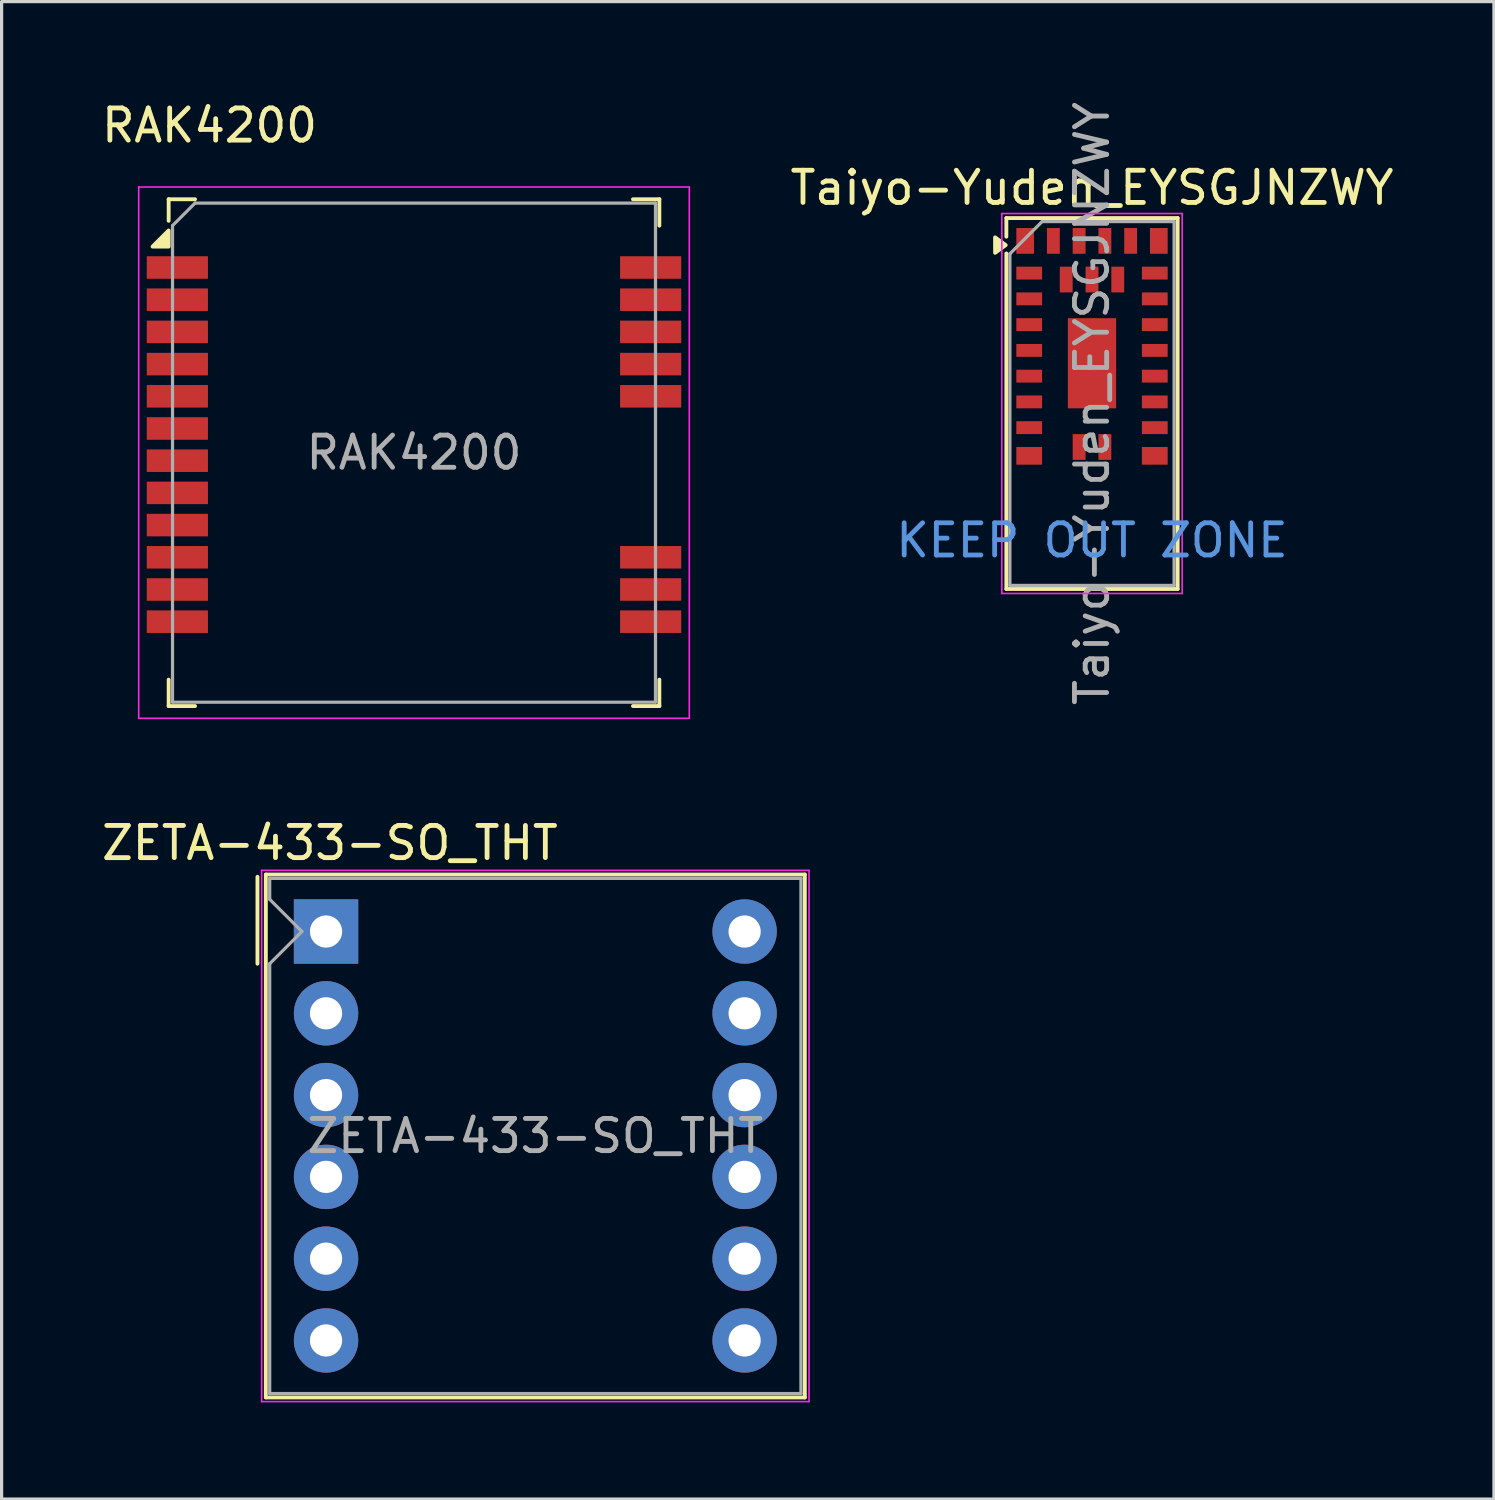
<source format=kicad_pcb>
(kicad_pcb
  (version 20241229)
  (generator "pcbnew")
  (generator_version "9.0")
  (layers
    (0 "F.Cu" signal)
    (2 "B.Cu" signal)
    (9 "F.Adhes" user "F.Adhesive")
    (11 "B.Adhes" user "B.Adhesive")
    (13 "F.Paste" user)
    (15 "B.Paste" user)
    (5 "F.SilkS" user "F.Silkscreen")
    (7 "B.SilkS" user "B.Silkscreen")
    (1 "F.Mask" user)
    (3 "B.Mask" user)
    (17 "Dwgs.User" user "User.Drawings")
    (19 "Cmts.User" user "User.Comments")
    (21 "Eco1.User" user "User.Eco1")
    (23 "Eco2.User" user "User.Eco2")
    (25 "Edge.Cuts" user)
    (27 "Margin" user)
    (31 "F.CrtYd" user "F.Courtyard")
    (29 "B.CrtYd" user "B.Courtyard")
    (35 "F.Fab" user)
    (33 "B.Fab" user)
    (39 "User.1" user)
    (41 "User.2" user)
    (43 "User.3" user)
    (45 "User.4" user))
  (footprint "Taiyo-Yuden_EYSGJNZWY"
    (layer "F.Cu")
    (at 30.865 9.482)
    (property "Reference" "Taiyo-Yuden_EYSGJNZWY" (at 0 -6.7 0) (layer "F.SilkS") (effects (font (size 1 1) (thickness 0.15))))
    (attr smd)
    (fp_line (start -2.66 -5.76) (end -2.66 -5.18) (stroke (width 0.12) (type solid)) (layer "F.SilkS"))
    (fp_line (start -2.66 -5.76) (end 2.66 -5.76) (stroke (width 0.12) (type solid)) (layer "F.SilkS"))
    (fp_line (start -2.66 -4.66) (end -2.66 5.76) (stroke (width 0.12) (type solid)) (layer "F.SilkS"))
    (fp_line (start -2.66 5.76) (end 2.66 5.76) (stroke (width 0.12) (type solid)) (layer "F.SilkS"))
    (fp_line (start 2.66 -5.76) (end 2.66 5.76) (stroke (width 0.12) (type solid)) (layer "F.SilkS"))
    (fp_poly (pts (xy -2.68 -4.92) (xy -3.01 -4.68) (xy -3.01 -5.16) (xy -2.68 -4.92)) (stroke (width 0.12) (type solid)) (fill yes) (layer "F.SilkS"))
    (fp_line (start -2.8 -5.9) (end -2.8 5.9) (stroke (width 0.05) (type solid)) (layer "F.CrtYd"))
    (fp_line (start -2.8 5.9) (end 2.8 5.9) (stroke (width 0.05) (type solid)) (layer "F.CrtYd"))
    (fp_line (start 2.8 -5.9) (end -2.8 -5.9) (stroke (width 0.05) (type solid)) (layer "F.CrtYd"))
    (fp_line (start 2.8 -5.9) (end 2.8 5.9) (stroke (width 0.05) (type solid)) (layer "F.CrtYd"))
    (fp_line (start -2.55 5.65) (end -2.55 -4.65) (stroke (width 0.1) (type solid)) (layer "F.Fab"))
    (fp_line (start -2.55 5.65) (end 2.55 5.65) (stroke (width 0.1) (type solid)) (layer "F.Fab"))
    (fp_line (start -1.55 -5.65) (end -2.55 -4.65) (stroke (width 0.1) (type solid)) (layer "F.Fab"))
    (fp_line (start -1.55 -5.65) (end 2.55 -5.65) (stroke (width 0.1) (type solid)) (layer "F.Fab"))
    (fp_line (start 2.55 -5.65) (end 2.55 5.65) (stroke (width 0.1) (type solid)) (layer "F.Fab"))
    (fp_text user "KEEP OUT ZONE" (at 0 4.25 0) (layer "Cmts.User") (effects (font (size 1 1) (thickness 0.15))))
    (fp_text user "${REFERENCE}" (at 0 0 90) (layer "F.Fab") (effects (font (size 1 1) (thickness 0.15))))
    (pad "" smd rect (at 0 -2) (size 1.2 1.1) (layers "F.Paste"))
    (pad "" smd rect (at 0 -0.5) (size 1.2 1.1) (layers "F.Paste"))
    (pad "1" smd rect (at -2.075 -5.05) (size 0.55 0.8) (layers "F.Cu" "F.Mask" "F.Paste"))
    (pad "2" smd rect (at -1.95 -4.05) (size 0.8 0.4) (layers "F.Cu" "F.Mask" "F.Paste"))
    (pad "3" smd rect (at -1.95 -3.25) (size 0.8 0.4) (layers "F.Cu" "F.Mask" "F.Paste"))
    (pad "4" smd rect (at -1.95 -2.45) (size 0.8 0.4) (layers "F.Cu" "F.Mask" "F.Paste"))
    (pad "5" smd rect (at -1.95 -1.65) (size 0.8 0.4) (layers "F.Cu" "F.Mask" "F.Paste"))
    (pad "6" smd rect (at -1.95 -0.85) (size 0.8 0.4) (layers "F.Cu" "F.Mask" "F.Paste"))
    (pad "7" smd rect (at -1.95 -0.05) (size 0.8 0.4) (layers "F.Cu" "F.Mask" "F.Paste"))
    (pad "8" smd rect (at -1.95 0.75) (size 0.8 0.4) (layers "F.Cu" "F.Mask" "F.Paste"))
    (pad "9" smd rect (at -1.95 1.625) (size 0.8 0.55) (layers "F.Cu" "F.Mask" "F.Paste"))
    (pad "10" smd rect (at -0.4 1.35) (size 0.4 0.8) (layers "F.Cu" "F.Mask" "F.Paste"))
    (pad "11" smd rect (at 0.4 1.35) (size 0.4 0.8) (layers "F.Cu" "F.Mask" "F.Paste"))
    (pad "12" smd rect (at 1.95 1.625) (size 0.8 0.55) (layers "F.Cu" "F.Mask" "F.Paste"))
    (pad "13" smd rect (at 1.95 0.75) (size 0.8 0.4) (layers "F.Cu" "F.Mask" "F.Paste"))
    (pad "14" smd rect (at 1.95 -0.05) (size 0.8 0.4) (layers "F.Cu" "F.Mask" "F.Paste"))
    (pad "15" smd rect (at 1.95 -0.85) (size 0.8 0.4) (layers "F.Cu" "F.Mask" "F.Paste"))
    (pad "16" smd rect (at 1.95 -1.65) (size 0.8 0.4) (layers "F.Cu" "F.Mask" "F.Paste"))
    (pad "17" smd rect (at 1.95 -2.45) (size 0.8 0.4) (layers "F.Cu" "F.Mask" "F.Paste"))
    (pad "18" smd rect (at 1.95 -3.25) (size 0.8 0.4) (layers "F.Cu" "F.Mask" "F.Paste"))
    (pad "19" smd rect (at 1.95 -4.05) (size 0.8 0.4) (layers "F.Cu" "F.Mask" "F.Paste"))
    (pad "20" smd rect (at 2.075 -5.05) (size 0.55 0.8) (layers "F.Cu" "F.Mask" "F.Paste"))
    (pad "21" smd rect (at 1.2 -5.05) (size 0.4 0.8) (layers "F.Cu" "F.Mask" "F.Paste"))
    (pad "22" smd rect (at 0.4 -5.05) (size 0.4 0.8) (layers "F.Cu" "F.Mask" "F.Paste"))
    (pad "23" smd rect (at -0.4 -5.05) (size 0.4 0.8) (layers "F.Cu" "F.Mask" "F.Paste"))
    (pad "24" smd rect (at -1.2 -5.05) (size 0.4 0.8) (layers "F.Cu" "F.Mask" "F.Paste"))
    (pad "25" smd rect (at 0.8 -3.85) (size 0.4 0.8) (layers "F.Cu" "F.Mask" "F.Paste"))
    (pad "26" smd rect (at 0 -3.85) (size 0.4 0.8) (layers "F.Cu" "F.Mask" "F.Paste"))
    (pad "27" smd rect (at -0.8 -3.85) (size 0.4 0.8) (layers "F.Cu" "F.Mask" "F.Paste"))
    (pad "28" smd rect (at 0 -1.25) (size 1.5 2.8) (layers "F.Cu" "F.Mask"))
    (zone (net_name "") (layers "F.Cu" "B.Cu") (hatch full 0.508) (connect_pads) (min_thickness 0.254) (filled_areas_thickness no) (keepout (tracks not_allowed) (vias not_allowed) (pads not_allowed) (copperpour not_allowed) (footprints not_allowed)) (placement (enabled no)) (fill) (polygon (pts (xy 23.315 12.382) (xy 38.415 12.382) (xy 38.415 15.132) (xy 23.315 15.132)))))
  (footprint "RAK4200"
    (layer "F.Cu")
    (at 9.808 11.008)
    (property "Reference" "RAK4200" (at -6.35 -10.16 0) (layer "F.SilkS") (effects (font (size 1 1) (thickness 0.15))))
    (attr smd)
    (fp_line (start -7.62 -7.87) (end -7.62 -7.2) (stroke (width 0.12) (type solid)) (layer "F.SilkS"))
    (fp_line (start -7.62 -7.87) (end -6.8 -7.87) (stroke (width 0.12) (type solid)) (layer "F.SilkS"))
    (fp_line (start -7.62 7.05) (end -7.62 7.87) (stroke (width 0.12) (type solid)) (layer "F.SilkS"))
    (fp_line (start -6.8 7.87) (end -7.62 7.87) (stroke (width 0.12) (type solid)) (layer "F.SilkS"))
    (fp_line (start 6.8 7.87) (end 7.62 7.87) (stroke (width 0.12) (type solid)) (layer "F.SilkS"))
    (fp_line (start 7.62 -7.87) (end 6.8 -7.87) (stroke (width 0.12) (type solid)) (layer "F.SilkS"))
    (fp_line (start 7.62 -7.05) (end 7.62 -7.87) (stroke (width 0.12) (type solid)) (layer "F.SilkS"))
    (fp_line (start 7.62 7.05) (end 7.62 7.87) (stroke (width 0.12) (type solid)) (layer "F.SilkS"))
    (fp_poly (pts (xy -7.62 -6.4) (xy -8.12 -6.4) (xy -7.62 -6.9) (xy -7.62 -6.4)) (stroke (width 0.12) (type solid)) (fill yes) (layer "F.SilkS"))
    (fp_line (start -8.55 -8.25) (end -8.55 8.25) (stroke (width 0.05) (type solid)) (layer "F.CrtYd"))
    (fp_line (start -8.55 8.25) (end 8.55 8.25) (stroke (width 0.05) (type solid)) (layer "F.CrtYd"))
    (fp_line (start 8.55 -8.25) (end -8.55 -8.25) (stroke (width 0.05) (type solid)) (layer "F.CrtYd"))
    (fp_line (start 8.55 -8.25) (end 8.55 8.25) (stroke (width 0.05) (type solid)) (layer "F.CrtYd"))
    (fp_line (start -7.5 -7.05) (end -7.5 7.75) (stroke (width 0.1) (type solid)) (layer "F.Fab"))
    (fp_line (start -7.5 -7.05) (end -6.8 -7.75) (stroke (width 0.1) (type solid)) (layer "F.Fab"))
    (fp_line (start -7.5 7.75) (end 7.5 7.75) (stroke (width 0.1) (type solid)) (layer "F.Fab"))
    (fp_line (start -6.8 -7.75) (end 7.5 -7.75) (stroke (width 0.1) (type solid)) (layer "F.Fab"))
    (fp_line (start 7.5 -7.75) (end 7.5 7.75) (stroke (width 0.1) (type solid)) (layer "F.Fab"))
    (fp_text user "${REFERENCE}" (at 0 0 0) (layer "F.Fab") (effects (font (size 1 1) (thickness 0.15))))
    (pad "1" smd rect (at -7.35 -5.75) (size 1.9 0.7) (layers "F.Cu" "F.Mask" "F.Paste"))
    (pad "2" smd rect (at -7.35 -4.75) (size 1.9 0.7) (layers "F.Cu" "F.Mask" "F.Paste"))
    (pad "3" smd rect (at -7.35 -3.75) (size 1.9 0.7) (layers "F.Cu" "F.Mask" "F.Paste"))
    (pad "4" smd rect (at -7.35 -2.75) (size 1.9 0.7) (layers "F.Cu" "F.Mask" "F.Paste"))
    (pad "5" smd rect (at -7.35 -1.75) (size 1.9 0.7) (layers "F.Cu" "F.Mask" "F.Paste"))
    (pad "6" smd rect (at -7.35 -0.75) (size 1.9 0.7) (layers "F.Cu" "F.Mask" "F.Paste"))
    (pad "7" smd rect (at -7.35 0.25) (size 1.9 0.7) (layers "F.Cu" "F.Mask" "F.Paste"))
    (pad "8" smd rect (at -7.35 1.25) (size 1.9 0.7) (layers "F.Cu" "F.Mask" "F.Paste"))
    (pad "9" smd rect (at -7.35 2.25) (size 1.9 0.7) (layers "F.Cu" "F.Mask" "F.Paste"))
    (pad "10" smd rect (at -7.35 3.25) (size 1.9 0.7) (layers "F.Cu" "F.Mask" "F.Paste"))
    (pad "11" smd rect (at -7.35 4.25) (size 1.9 0.7) (layers "F.Cu" "F.Mask" "F.Paste"))
    (pad "12" smd rect (at -7.35 5.25) (size 1.9 0.7) (layers "F.Cu" "F.Mask" "F.Paste"))
    (pad "13" smd rect (at 7.35 5.25) (size 1.9 0.7) (layers "F.Cu" "F.Mask" "F.Paste"))
    (pad "14" smd rect (at 7.35 4.25) (size 1.9 0.7) (layers "F.Cu" "F.Mask" "F.Paste"))
    (pad "15" smd rect (at 7.35 3.25) (size 1.9 0.7) (layers "F.Cu" "F.Mask" "F.Paste"))
    (pad "16" smd rect (at 7.35 -1.75) (size 1.9 0.7) (layers "F.Cu" "F.Mask" "F.Paste"))
    (pad "17" smd rect (at 7.35 -2.75) (size 1.9 0.7) (layers "F.Cu" "F.Mask" "F.Paste"))
    (pad "18" smd rect (at 7.35 -3.75) (size 1.9 0.7) (layers "F.Cu" "F.Mask" "F.Paste"))
    (pad "19" smd rect (at 7.35 -4.75) (size 1.9 0.7) (layers "F.Cu" "F.Mask" "F.Paste"))
    (pad "20" smd rect (at 7.35 -5.75) (size 1.9 0.7) (layers "F.Cu" "F.Mask" "F.Paste")))
  (footprint "ZETA-433-SO_THT"
    (layer "F.Cu")
    (at 7.076 25.881)
    (property "Reference" "ZETA-433-SO_THT" (at 0.12 -2.75 0) (layer "F.SilkS") (effects (font (size 1 1) (thickness 0.15))))
    (attr through_hole)
    (fp_line (start -2.13 -1.7) (end -2.13 1) (stroke (width 0.12) (type solid)) (layer "F.SilkS"))
    (fp_line (start -1.87 -1.77) (end -1.87 14.47) (stroke (width 0.12) (type solid)) (layer "F.SilkS"))
    (fp_line (start -1.87 -1.77) (end 14.87 -1.77) (stroke (width 0.12) (type solid)) (layer "F.SilkS"))
    (fp_line (start 14.87 -1.77) (end 14.87 14.47) (stroke (width 0.12) (type solid)) (layer "F.SilkS"))
    (fp_line (start 14.87 14.47) (end -1.87 14.47) (stroke (width 0.12) (type solid)) (layer "F.SilkS"))
    (fp_line (start -2 -1.9) (end 15 -1.9) (stroke (width 0.05) (type solid)) (layer "F.CrtYd"))
    (fp_line (start -2 14.6) (end -2 -1.9) (stroke (width 0.05) (type solid)) (layer "F.CrtYd"))
    (fp_line (start 15 -1.9) (end 15 14.6) (stroke (width 0.05) (type solid)) (layer "F.CrtYd"))
    (fp_line (start 15 14.6) (end -2 14.6) (stroke (width 0.05) (type solid)) (layer "F.CrtYd"))
    (fp_line (start -1.75 -1.65) (end 14.75 -1.65) (stroke (width 0.1) (type solid)) (layer "F.Fab"))
    (fp_line (start -1.75 -1) (end -1.75 -1.65) (stroke (width 0.1) (type solid)) (layer "F.Fab"))
    (fp_line (start -1.75 14.35) (end -1.75 1) (stroke (width 0.1) (type solid)) (layer "F.Fab"))
    (fp_line (start -0.75 0) (end -1.75 -1) (stroke (width 0.1) (type solid)) (layer "F.Fab"))
    (fp_line (start -0.75 0) (end -1.75 1) (stroke (width 0.1) (type solid)) (layer "F.Fab"))
    (fp_line (start 14.75 -1.65) (end 14.75 14.35) (stroke (width 0.1) (type solid)) (layer "F.Fab"))
    (fp_line (start 14.75 14.35) (end -1.75 14.35) (stroke (width 0.1) (type solid)) (layer "F.Fab"))
    (fp_text user "${REFERENCE}" (at 6.5 6.35 0) (layer "F.Fab") (effects (font (size 1 1) (thickness 0.15))))
    (pad "1" thru_hole rect (at 0 0) (size 2 2) (drill 1) (layers "*.Cu" "*.Mask"))
    (pad "2" thru_hole circle (at 0 2.54) (size 2 2) (drill 1) (layers "*.Cu" "*.Mask"))
    (pad "3" thru_hole circle (at 0 5.08) (size 2 2) (drill 1) (layers "*.Cu" "*.Mask"))
    (pad "4" thru_hole circle (at 0 7.62) (size 2 2) (drill 1) (layers "*.Cu" "*.Mask"))
    (pad "5" thru_hole circle (at 0 10.16) (size 2 2) (drill 1) (layers "*.Cu" "*.Mask"))
    (pad "6" thru_hole circle (at 0 12.7) (size 2 2) (drill 1) (layers "*.Cu" "*.Mask"))
    (pad "7" thru_hole circle (at 13 12.7) (size 2 2) (drill 1) (layers "*.Cu" "*.Mask"))
    (pad "8" thru_hole circle (at 13 10.16) (size 2 2) (drill 1) (layers "*.Cu" "*.Mask"))
    (pad "9" thru_hole circle (at 13 7.62) (size 2 2) (drill 1) (layers "*.Cu" "*.Mask"))
    (pad "10" thru_hole circle (at 13 5.08) (size 2 2) (drill 1) (layers "*.Cu" "*.Mask"))
    (pad "11" thru_hole circle (at 13 2.54) (size 2 2) (drill 1) (layers "*.Cu" "*.Mask"))
    (pad "12" thru_hole circle (at 13 0) (size 2 2) (drill 1) (layers "*.Cu" "*.Mask")))
  (gr_rect
    (start -3 -3)
    (end 43.348 43.507)
    (stroke (width 0.1) (type default))
    (fill no)
    (layer "Edge.Cuts")))
</source>
